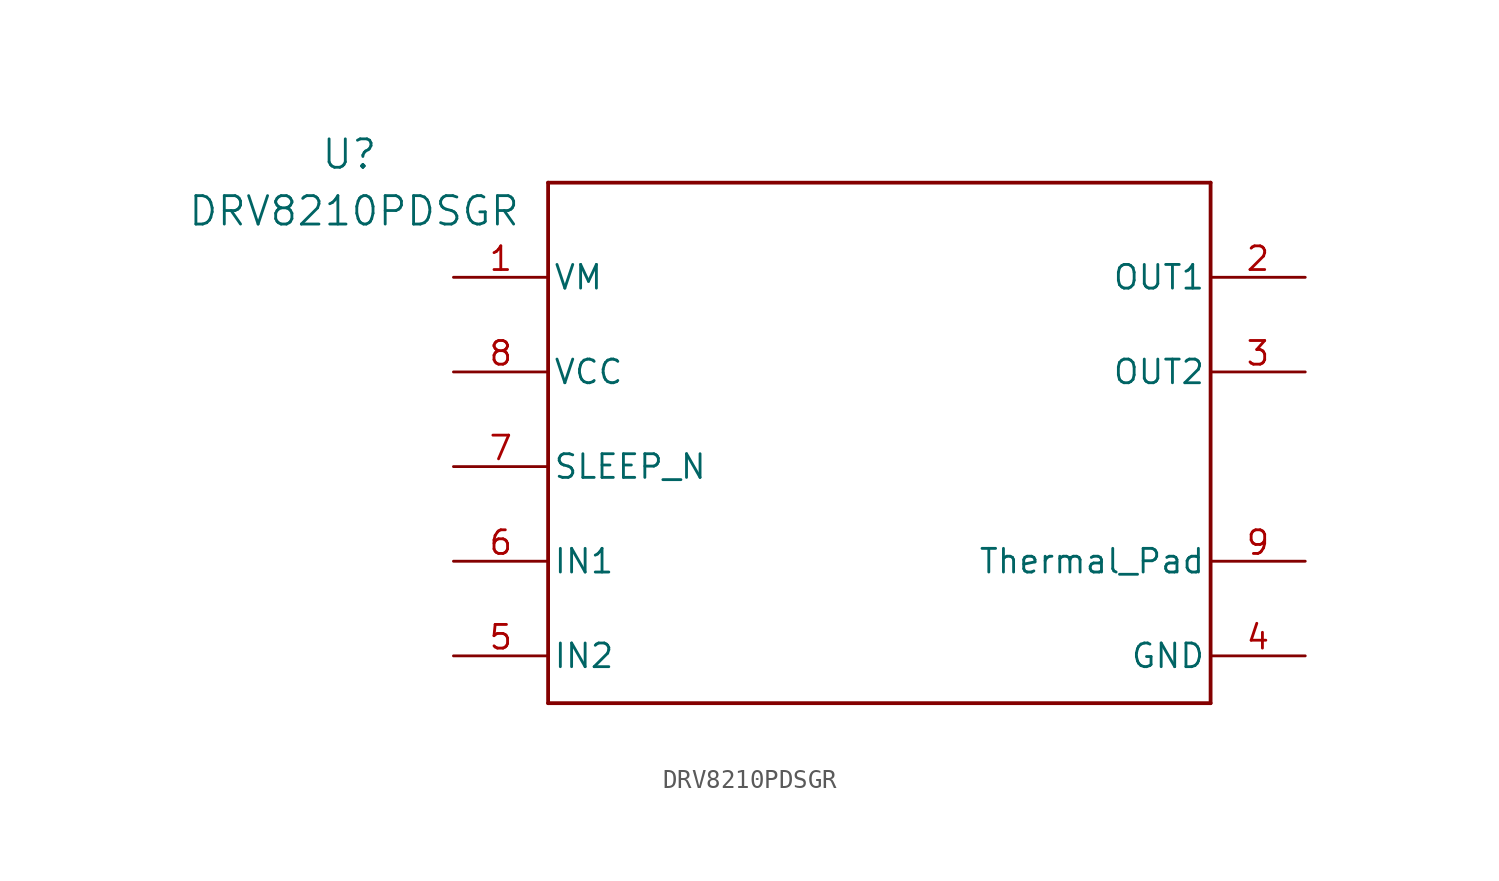
<source format=kicad_sym>
(kicad_symbol_lib
  (version 20241209)
  (generator "kicad_symbol_editor")
  (generator_version "9.0")
  (symbol "DRV8210PDSGR"
    (pin_names
      (offset 0.254))
    (property "Reference" "U"
      (at -28.448 15.494 0)
      (effects (font (size 1.524 1.524))))
    (property "Value" "DRV8210PDSGR"
      (at -28.194 12.446 0)
      (effects (font (size 1.524 1.524))))
    (property "ki_locked" ""
      (at 0 0 0)
      (effects (font (size 1.27 1.27))))
    (symbol "DRV8210PDSGR_0_1"
      (polyline (pts (xy -17.78 13.97) (xy -17.78 -13.97)) (stroke (width 0.203) (type default)) (fill (type none)))
      (polyline (pts (xy -17.78 -13.97) (xy 17.78 -13.97)) (stroke (width 0.203) (type default)) (fill (type none)))
      (polyline (pts (xy 17.78 13.97) (xy -17.78 13.97)) (stroke (width 0.203) (type default)) (fill (type none)))
      (polyline (pts (xy 17.78 -13.97) (xy 17.78 13.97)) (stroke (width 0.203) (type default)) (fill (type none)))
      (pin power_in line (at -22.86 8.89 0) (length 5.08) (name "VM" (effects (font (size 1.27 1.27)))) (number "1" (effects (font (size 1.27 1.27)))))
      (pin power_in line (at -22.86 3.81 0) (length 5.08) (name "VCC" (effects (font (size 1.27 1.27)))) (number "8" (effects (font (size 1.27 1.27)))))
      (pin input line (at -22.86 -1.27 0) (length 5.08) (name "SLEEP_N" (effects (font (size 1.27 1.27)))) (number "7" (effects (font (size 1.27 1.27)))))
      (pin input line (at -22.86 -6.35 0) (length 5.08) (name "IN1" (effects (font (size 1.27 1.27)))) (number "6" (effects (font (size 1.27 1.27)))))
      (pin input line (at -22.86 -11.43 0) (length 5.08) (name "IN2" (effects (font (size 1.27 1.27)))) (number "5" (effects (font (size 1.27 1.27)))))
      (pin output line (at 22.86 8.89 180) (length 5.08) (name "OUT1" (effects (font (size 1.27 1.27)))) (number "2" (effects (font (size 1.27 1.27)))))
      (pin output line (at 22.86 3.81 180) (length 5.08) (name "OUT2" (effects (font (size 1.27 1.27)))) (number "3" (effects (font (size 1.27 1.27)))))
      (pin power_in line (at 22.86 -6.35 180) (length 5.08) (name "Thermal_Pad" (effects (font (size 1.27 1.27)))) (number "9" (effects (font (size 1.27 1.27)))))
      (pin power_in line (at 22.86 -11.43 180) (length 5.08) (name "GND" (effects (font (size 1.27 1.27)))) (number "4" (effects (font (size 1.27 1.27))))))))
</source>
